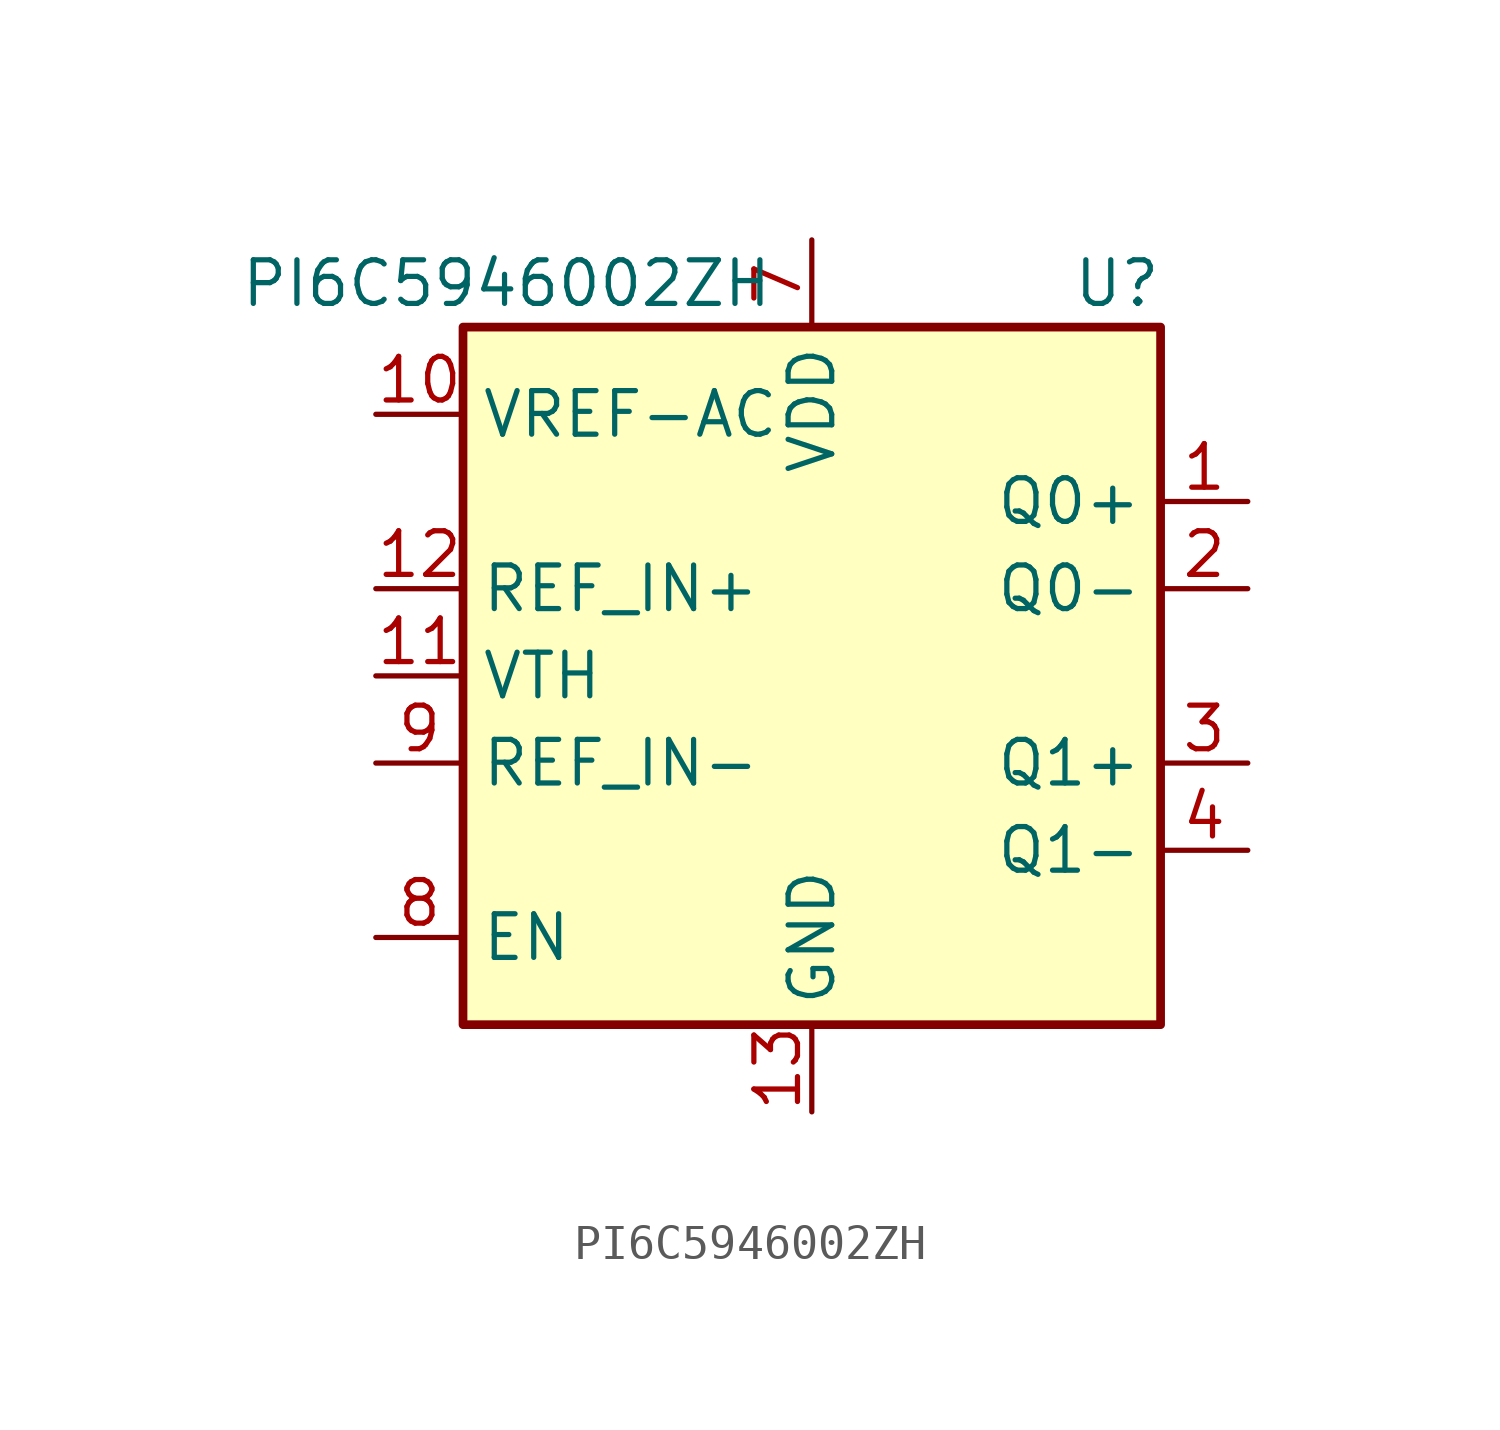
<source format=kicad_sym>
(kicad_symbol_lib
  (version 20201005)
  (generator kicad_symbol_editor)
  (symbol "Buffer:PI6C5946002ZH"
    (property "Reference" "U"
      (at 8.89 11.43 0)
      (effects (font (size 1.27 1.27))))
    (property "Value" "PI6C5946002ZH"
      (at -8.89 11.43 0)
      (effects (font (size 1.27 1.27))))
    (symbol "PI6C5946002ZH_0_1"
      (rectangle (start -10.16 10.16) (end 10.16 -10.16) (stroke (width 0.254)) (fill (type background))))
    (symbol "PI6C5946002ZH_1_1"
      (pin output line (at 12.7 5.08 180) (length 2.54) (name "Q0+" (effects (font (size 1.27 1.27)))) (number "1" (effects (font (size 1.27 1.27)))))
      (pin output line (at -12.7 7.62 0) (length 2.54) (name "VREF-AC" (effects (font (size 1.27 1.27)))) (number "10" (effects (font (size 1.27 1.27)))))
      (pin input line (at -12.7 0 0) (length 2.54) (name "VTH" (effects (font (size 1.27 1.27)))) (number "11" (effects (font (size 1.27 1.27)))))
      (pin input line (at -12.7 2.54 0) (length 2.54) (name "REF_IN+" (effects (font (size 1.27 1.27)))) (number "12" (effects (font (size 1.27 1.27)))))
      (pin power_in line (at 0 -12.7 90) (length 2.54) (name "GND" (effects (font (size 1.27 1.27)))) (number "13" (effects (font (size 1.27 1.27)))))
      (pin passive line (at 0 12.7 270) (length 2.54) hide (name "VDD" (effects (font (size 1.27 1.27)))) (number "14" (effects (font (size 1.27 1.27)))))
      (pin no_connect line (at 10.16 -7.62 180) (length 2.54) hide (name "DNC" (effects (font (size 1.27 1.27)))) (number "15" (effects (font (size 1.27 1.27)))))
      (pin no_connect line (at 10.16 7.62 180) (length 2.54) hide (name "DNC" (effects (font (size 1.27 1.27)))) (number "16" (effects (font (size 1.27 1.27)))))
      (pin passive line (at 0 -12.7 90) (length 2.54) hide (name "GND" (effects (font (size 1.27 1.27)))) (number "17" (effects (font (size 1.27 1.27)))))
      (pin output line (at 12.7 2.54 180) (length 2.54) (name "Q0-" (effects (font (size 1.27 1.27)))) (number "2" (effects (font (size 1.27 1.27)))))
      (pin output line (at 12.7 -2.54 180) (length 2.54) (name "Q1+" (effects (font (size 1.27 1.27)))) (number "3" (effects (font (size 1.27 1.27)))))
      (pin output line (at 12.7 -5.08 180) (length 2.54) (name "Q1-" (effects (font (size 1.27 1.27)))) (number "4" (effects (font (size 1.27 1.27)))))
      (pin no_connect line (at -10.16 5.08 0) (length 2.54) hide (name "DNC" (effects (font (size 1.27 1.27)))) (number "5" (effects (font (size 1.27 1.27)))))
      (pin no_connect line (at -10.16 -5.08 0) (length 2.54) hide (name "DNC" (effects (font (size 1.27 1.27)))) (number "6" (effects (font (size 1.27 1.27)))))
      (pin power_in line (at 0 12.7 270) (length 2.54) (name "VDD" (effects (font (size 1.27 1.27)))) (number "7" (effects (font (size 1.27 1.27)))))
      (pin input line (at -12.7 -7.62 0) (length 2.54) (name "EN" (effects (font (size 1.27 1.27)))) (number "8" (effects (font (size 1.27 1.27)))))
      (pin input line (at -12.7 -2.54 0) (length 2.54) (name "REF_IN-" (effects (font (size 1.27 1.27)))) (number "9" (effects (font (size 1.27 1.27))))))))
</source>
